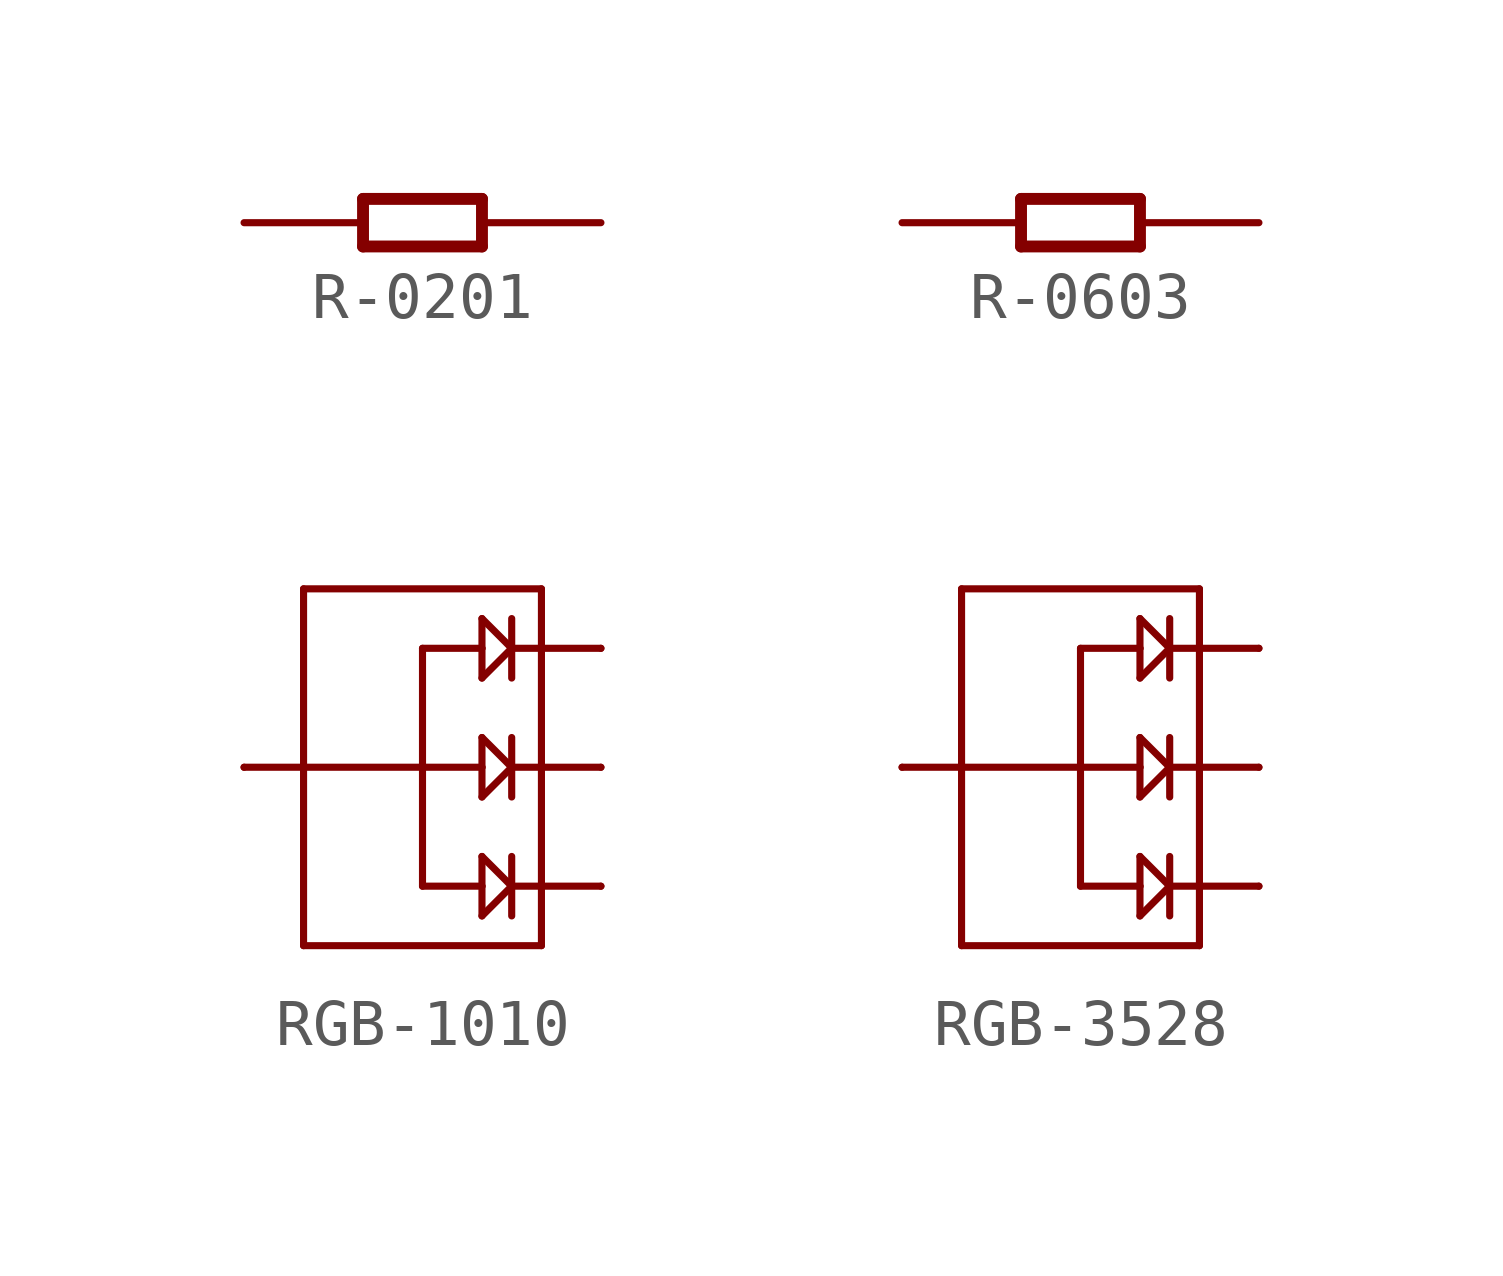
<source format=kicad_sym>
(kicad_symbol_lib
  (version 20241209)
  (generator "kicad_symbol_editor")
  (generator_version "9.0")
  (symbol "R-0201"
    (property "Reference" "R"
      (at -2.54 0 0)
      (effects (font (size 0.635 0.54)) (justify left bottom) (hide yes)))
    (property "ki_locked" ""
      (at 0 0 0)
      (effects (font (size 1.27 1.27))))
    (symbol "R-0201_1_0"
      (polyline (pts (xy -1.27 0.508) (xy 1.27 0.508)) (stroke (width 0.254) (type solid)) (fill (type none)))
      (polyline (pts (xy -1.27 -0.508) (xy -1.27 0.508)) (stroke (width 0.254) (type solid)) (fill (type none)))
      (polyline (pts (xy 1.27 0.508) (xy 1.27 -0.508)) (stroke (width 0.254) (type solid)) (fill (type none)))
      (polyline (pts (xy 1.27 -0.508) (xy -1.27 -0.508)) (stroke (width 0.254) (type solid)) (fill (type none)))
      (pin passive line (at -3.81 0 0) (length 2.54) (name "1" (effects (font (size 0 0)))) (number "1" (effects (font (size 0 0)))))
      (pin passive line (at 3.81 0 180) (length 2.54) (name "2" (effects (font (size 0 0)))) (number "2" (effects (font (size 0 0)))))))
  (symbol "R-0603"
    (property "Reference" "R"
      (at -2.54 0 0)
      (effects (font (size 0.635 0.54)) (justify left bottom) (hide yes)))
    (property "ki_locked" ""
      (at 0 0 0)
      (effects (font (size 1.27 1.27))))
    (symbol "R-0603_1_0"
      (polyline (pts (xy -1.27 0.508) (xy 1.27 0.508)) (stroke (width 0.254) (type solid)) (fill (type none)))
      (polyline (pts (xy -1.27 -0.508) (xy -1.27 0.508)) (stroke (width 0.254) (type solid)) (fill (type none)))
      (polyline (pts (xy 1.27 0.508) (xy 1.27 -0.508)) (stroke (width 0.254) (type solid)) (fill (type none)))
      (polyline (pts (xy 1.27 -0.508) (xy -1.27 -0.508)) (stroke (width 0.254) (type solid)) (fill (type none)))
      (pin passive line (at -3.81 0 0) (length 2.54) (name "1" (effects (font (size 0 0)))) (number "1" (effects (font (size 0 0)))))
      (pin passive line (at 3.81 0 180) (length 2.54) (name "2" (effects (font (size 0 0)))) (number "2" (effects (font (size 0 0)))))))
  (symbol "RGB-1010"
    (property "Reference" "RGB"
      (at -2.54 3.81 0)
      (effects (font (size 0.889 0.756) (thickness 0.151) (bold yes)) (justify left bottom) (hide yes)))
    (property "ki_locked" ""
      (at 0 0 0)
      (effects (font (size 1.27 1.27))))
    (symbol "RGB-1010_1_0"
      (polyline (pts (xy -3.81 0) (xy -2.54 0)) (stroke (width 0.152) (type solid)) (fill (type none)))
      (polyline (pts (xy -2.54 3.81) (xy -2.54 0)) (stroke (width 0.152) (type solid)) (fill (type none)))
      (polyline (pts (xy -2.54 0) (xy -2.54 -3.81)) (stroke (width 0.152) (type solid)) (fill (type none)))
      (polyline (pts (xy -2.54 0) (xy 0 0)) (stroke (width 0.152) (type solid)) (fill (type none)))
      (polyline (pts (xy -2.54 -3.81) (xy 2.54 -3.81)) (stroke (width 0.152) (type solid)) (fill (type none)))
      (polyline (pts (xy 0 2.54) (xy 1.27 2.54)) (stroke (width 0.152) (type solid)) (fill (type none)))
      (polyline (pts (xy 0 0) (xy 0 2.54)) (stroke (width 0.152) (type solid)) (fill (type none)))
      (polyline (pts (xy 0 0) (xy 0 -2.54)) (stroke (width 0.152) (type solid)) (fill (type none)))
      (polyline (pts (xy 1.27 3.175) (xy 1.905 2.54)) (stroke (width 0.152) (type solid)) (fill (type none)))
      (polyline (pts (xy 1.27 2.54) (xy 1.27 3.175)) (stroke (width 0.152) (type solid)) (fill (type none)))
      (polyline (pts (xy 1.27 1.905) (xy 1.27 2.54)) (stroke (width 0.152) (type solid)) (fill (type none)))
      (polyline (pts (xy 1.27 0.635) (xy 1.905 0)) (stroke (width 0.152) (type solid)) (fill (type none)))
      (polyline (pts (xy 1.27 0) (xy 0 0)) (stroke (width 0.152) (type solid)) (fill (type none)))
      (polyline (pts (xy 1.27 0) (xy 1.27 0.635)) (stroke (width 0.152) (type solid)) (fill (type none)))
      (polyline (pts (xy 1.27 -0.635) (xy 1.27 0)) (stroke (width 0.152) (type solid)) (fill (type none)))
      (polyline (pts (xy 1.27 -1.905) (xy 1.905 -2.54)) (stroke (width 0.152) (type solid)) (fill (type none)))
      (polyline (pts (xy 1.27 -2.54) (xy 0 -2.54)) (stroke (width 0.152) (type solid)) (fill (type none)))
      (polyline (pts (xy 1.27 -2.54) (xy 1.27 -1.905)) (stroke (width 0.152) (type solid)) (fill (type none)))
      (polyline (pts (xy 1.27 -3.175) (xy 1.27 -2.54)) (stroke (width 0.152) (type solid)) (fill (type none)))
      (polyline (pts (xy 1.905 2.54) (xy 1.27 1.905)) (stroke (width 0.152) (type solid)) (fill (type none)))
      (polyline (pts (xy 1.905 2.54) (xy 1.905 3.175)) (stroke (width 0.152) (type solid)) (fill (type none)))
      (polyline (pts (xy 1.905 2.54) (xy 2.54 2.54)) (stroke (width 0.152) (type solid)) (fill (type none)))
      (polyline (pts (xy 1.905 1.905) (xy 1.905 2.54)) (stroke (width 0.152) (type solid)) (fill (type none)))
      (polyline (pts (xy 1.905 0) (xy 1.27 -0.635)) (stroke (width 0.152) (type solid)) (fill (type none)))
      (polyline (pts (xy 1.905 0) (xy 1.905 0.635)) (stroke (width 0.152) (type solid)) (fill (type none)))
      (polyline (pts (xy 1.905 0) (xy 2.54 0)) (stroke (width 0.152) (type solid)) (fill (type none)))
      (polyline (pts (xy 1.905 -0.635) (xy 1.905 0)) (stroke (width 0.152) (type solid)) (fill (type none)))
      (polyline (pts (xy 1.905 -2.54) (xy 1.27 -3.175)) (stroke (width 0.152) (type solid)) (fill (type none)))
      (polyline (pts (xy 1.905 -2.54) (xy 1.905 -1.905)) (stroke (width 0.152) (type solid)) (fill (type none)))
      (polyline (pts (xy 1.905 -2.54) (xy 2.54 -2.54)) (stroke (width 0.152) (type solid)) (fill (type none)))
      (polyline (pts (xy 1.905 -3.175) (xy 1.905 -2.54)) (stroke (width 0.152) (type solid)) (fill (type none)))
      (polyline (pts (xy 2.54 3.81) (xy -2.54 3.81)) (stroke (width 0.152) (type solid)) (fill (type none)))
      (polyline (pts (xy 2.54 2.54) (xy 2.54 3.81)) (stroke (width 0.152) (type solid)) (fill (type none)))
      (polyline (pts (xy 2.54 2.54) (xy 3.81 2.54)) (stroke (width 0.152) (type solid)) (fill (type none)))
      (polyline (pts (xy 2.54 0) (xy 2.54 2.54)) (stroke (width 0.152) (type solid)) (fill (type none)))
      (polyline (pts (xy 2.54 0) (xy 3.81 0)) (stroke (width 0.152) (type solid)) (fill (type none)))
      (polyline (pts (xy 2.54 -2.54) (xy 2.54 0)) (stroke (width 0.152) (type solid)) (fill (type none)))
      (polyline (pts (xy 2.54 -2.54) (xy 3.81 -2.54)) (stroke (width 0.152) (type solid)) (fill (type none)))
      (polyline (pts (xy 2.54 -3.81) (xy 2.54 -2.54)) (stroke (width 0.152) (type solid)) (fill (type none)))
      (pin bidirectional line (at -3.81 0 0) (length 0) (name "+" (effects (font (size 0 0)))) (number "+" (effects (font (size 0 0)))))
      (pin bidirectional line (at 3.81 2.54 180) (length 0) (name "R-" (effects (font (size 0 0)))) (number "R-" (effects (font (size 0 0)))))
      (pin bidirectional line (at 3.81 0 180) (length 0) (name "G-" (effects (font (size 0 0)))) (number "G-" (effects (font (size 0 0)))))
      (pin bidirectional line (at 3.81 -2.54 180) (length 0) (name "B-" (effects (font (size 0 0)))) (number "B-" (effects (font (size 0 0)))))))
  (symbol "RGB-3528"
    (property "Reference" "RGB"
      (at -2.54 3.81 0)
      (effects (font (size 0.889 0.756) (thickness 0.151) (bold yes)) (justify left bottom) (hide yes)))
    (property "ki_locked" ""
      (at 0 0 0)
      (effects (font (size 1.27 1.27))))
    (symbol "RGB-3528_1_0"
      (polyline (pts (xy -3.81 0) (xy -2.54 0)) (stroke (width 0.152) (type solid)) (fill (type none)))
      (polyline (pts (xy -2.54 3.81) (xy -2.54 0)) (stroke (width 0.152) (type solid)) (fill (type none)))
      (polyline (pts (xy -2.54 0) (xy -2.54 -3.81)) (stroke (width 0.152) (type solid)) (fill (type none)))
      (polyline (pts (xy -2.54 0) (xy 0 0)) (stroke (width 0.152) (type solid)) (fill (type none)))
      (polyline (pts (xy -2.54 -3.81) (xy 2.54 -3.81)) (stroke (width 0.152) (type solid)) (fill (type none)))
      (polyline (pts (xy 0 2.54) (xy 1.27 2.54)) (stroke (width 0.152) (type solid)) (fill (type none)))
      (polyline (pts (xy 0 0) (xy 0 2.54)) (stroke (width 0.152) (type solid)) (fill (type none)))
      (polyline (pts (xy 0 0) (xy 0 -2.54)) (stroke (width 0.152) (type solid)) (fill (type none)))
      (polyline (pts (xy 1.27 3.175) (xy 1.905 2.54)) (stroke (width 0.152) (type solid)) (fill (type none)))
      (polyline (pts (xy 1.27 2.54) (xy 1.27 3.175)) (stroke (width 0.152) (type solid)) (fill (type none)))
      (polyline (pts (xy 1.27 1.905) (xy 1.27 2.54)) (stroke (width 0.152) (type solid)) (fill (type none)))
      (polyline (pts (xy 1.27 0.635) (xy 1.905 0)) (stroke (width 0.152) (type solid)) (fill (type none)))
      (polyline (pts (xy 1.27 0) (xy 0 0)) (stroke (width 0.152) (type solid)) (fill (type none)))
      (polyline (pts (xy 1.27 0) (xy 1.27 0.635)) (stroke (width 0.152) (type solid)) (fill (type none)))
      (polyline (pts (xy 1.27 -0.635) (xy 1.27 0)) (stroke (width 0.152) (type solid)) (fill (type none)))
      (polyline (pts (xy 1.27 -1.905) (xy 1.905 -2.54)) (stroke (width 0.152) (type solid)) (fill (type none)))
      (polyline (pts (xy 1.27 -2.54) (xy 0 -2.54)) (stroke (width 0.152) (type solid)) (fill (type none)))
      (polyline (pts (xy 1.27 -2.54) (xy 1.27 -1.905)) (stroke (width 0.152) (type solid)) (fill (type none)))
      (polyline (pts (xy 1.27 -3.175) (xy 1.27 -2.54)) (stroke (width 0.152) (type solid)) (fill (type none)))
      (polyline (pts (xy 1.905 2.54) (xy 1.27 1.905)) (stroke (width 0.152) (type solid)) (fill (type none)))
      (polyline (pts (xy 1.905 2.54) (xy 1.905 3.175)) (stroke (width 0.152) (type solid)) (fill (type none)))
      (polyline (pts (xy 1.905 2.54) (xy 2.54 2.54)) (stroke (width 0.152) (type solid)) (fill (type none)))
      (polyline (pts (xy 1.905 1.905) (xy 1.905 2.54)) (stroke (width 0.152) (type solid)) (fill (type none)))
      (polyline (pts (xy 1.905 0) (xy 1.27 -0.635)) (stroke (width 0.152) (type solid)) (fill (type none)))
      (polyline (pts (xy 1.905 0) (xy 1.905 0.635)) (stroke (width 0.152) (type solid)) (fill (type none)))
      (polyline (pts (xy 1.905 0) (xy 2.54 0)) (stroke (width 0.152) (type solid)) (fill (type none)))
      (polyline (pts (xy 1.905 -0.635) (xy 1.905 0)) (stroke (width 0.152) (type solid)) (fill (type none)))
      (polyline (pts (xy 1.905 -2.54) (xy 1.27 -3.175)) (stroke (width 0.152) (type solid)) (fill (type none)))
      (polyline (pts (xy 1.905 -2.54) (xy 1.905 -1.905)) (stroke (width 0.152) (type solid)) (fill (type none)))
      (polyline (pts (xy 1.905 -2.54) (xy 2.54 -2.54)) (stroke (width 0.152) (type solid)) (fill (type none)))
      (polyline (pts (xy 1.905 -3.175) (xy 1.905 -2.54)) (stroke (width 0.152) (type solid)) (fill (type none)))
      (polyline (pts (xy 2.54 3.81) (xy -2.54 3.81)) (stroke (width 0.152) (type solid)) (fill (type none)))
      (polyline (pts (xy 2.54 2.54) (xy 2.54 3.81)) (stroke (width 0.152) (type solid)) (fill (type none)))
      (polyline (pts (xy 2.54 2.54) (xy 3.81 2.54)) (stroke (width 0.152) (type solid)) (fill (type none)))
      (polyline (pts (xy 2.54 0) (xy 2.54 2.54)) (stroke (width 0.152) (type solid)) (fill (type none)))
      (polyline (pts (xy 2.54 0) (xy 3.81 0)) (stroke (width 0.152) (type solid)) (fill (type none)))
      (polyline (pts (xy 2.54 -2.54) (xy 2.54 0)) (stroke (width 0.152) (type solid)) (fill (type none)))
      (polyline (pts (xy 2.54 -2.54) (xy 3.81 -2.54)) (stroke (width 0.152) (type solid)) (fill (type none)))
      (polyline (pts (xy 2.54 -3.81) (xy 2.54 -2.54)) (stroke (width 0.152) (type solid)) (fill (type none)))
      (pin bidirectional line (at -3.81 0 0) (length 0) (name "+" (effects (font (size 0 0)))) (number "2" (effects (font (size 0 0)))))
      (pin bidirectional line (at 3.81 2.54 180) (length 0) (name "R-" (effects (font (size 0 0)))) (number "1" (effects (font (size 0 0)))))
      (pin bidirectional line (at 3.81 0 180) (length 0) (name "G-" (effects (font (size 0 0)))) (number "3" (effects (font (size 0 0)))))
      (pin bidirectional line (at 3.81 -2.54 180) (length 0) (name "B-" (effects (font (size 0 0)))) (number "4" (effects (font (size 0 0))))))))
</source>
